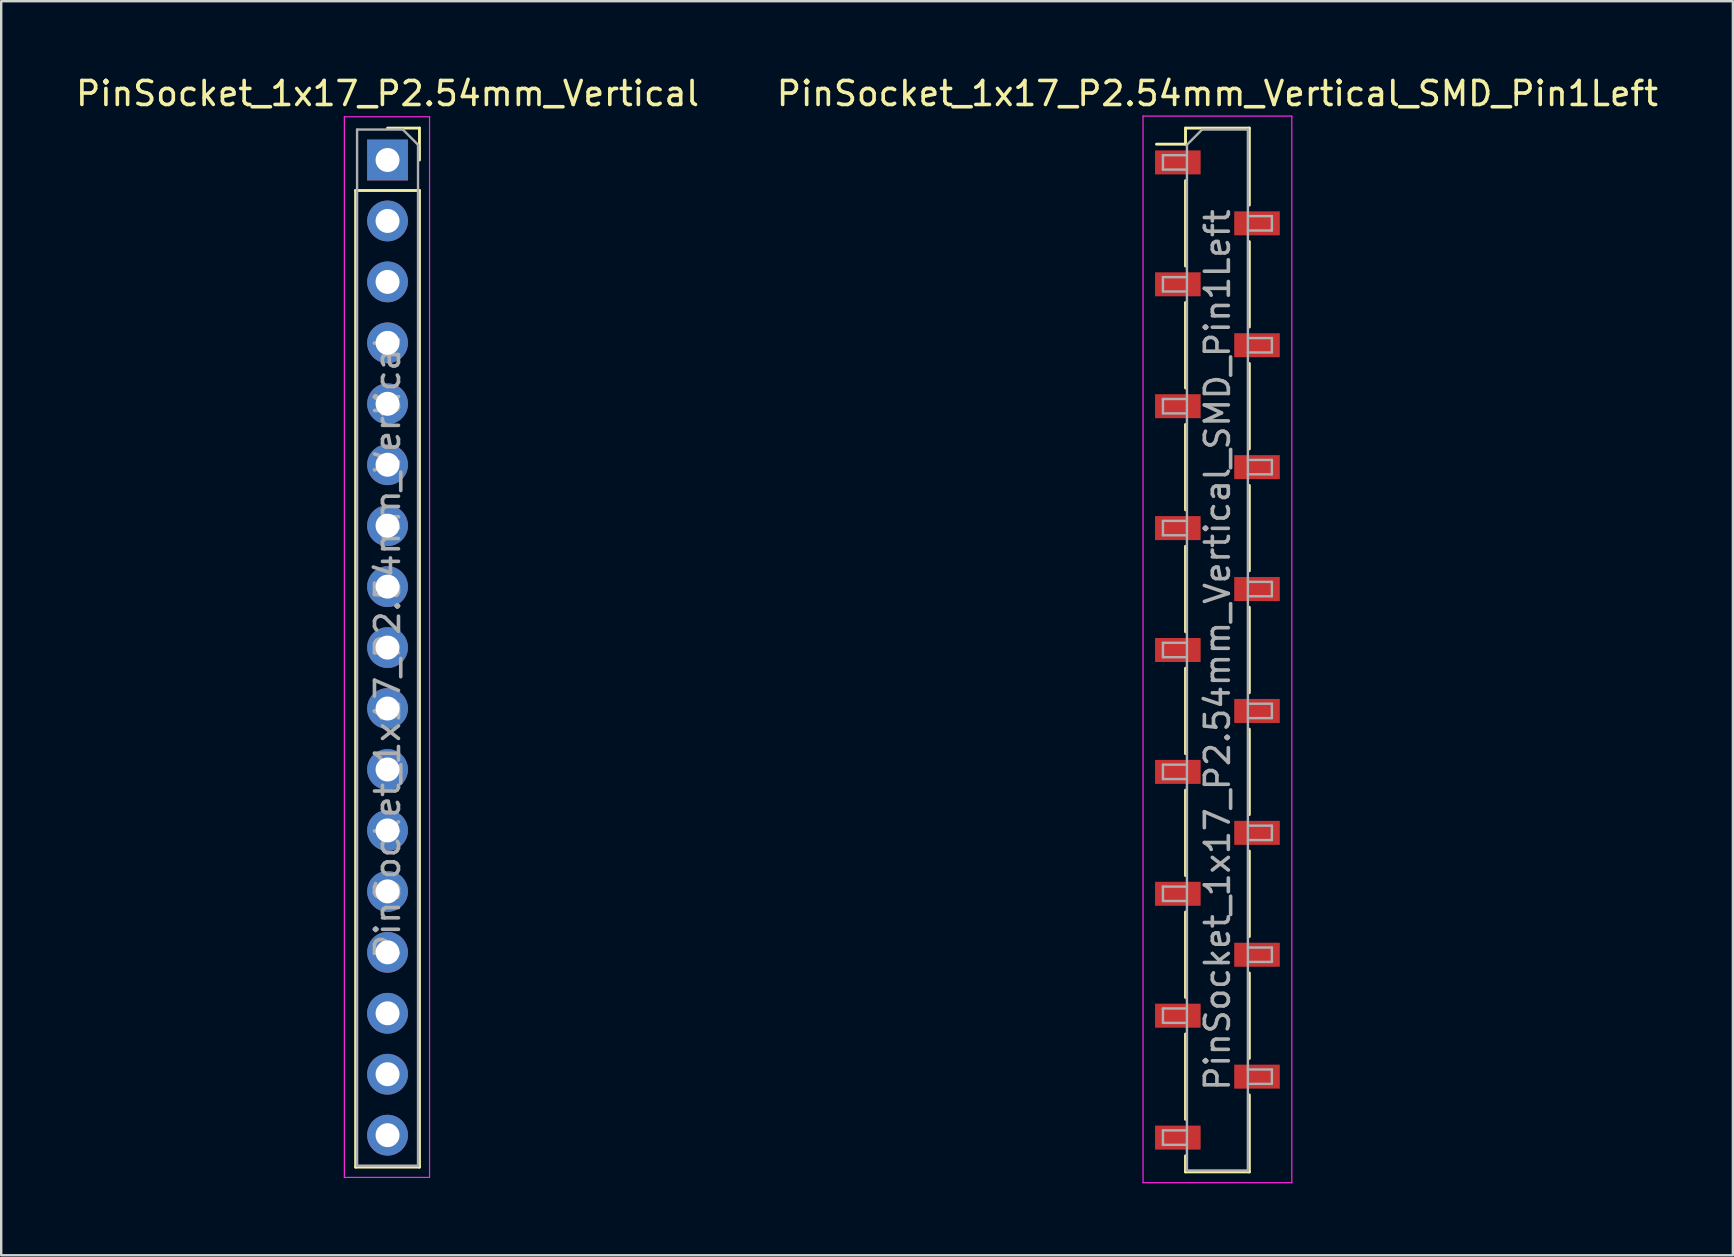
<source format=kicad_pcb>
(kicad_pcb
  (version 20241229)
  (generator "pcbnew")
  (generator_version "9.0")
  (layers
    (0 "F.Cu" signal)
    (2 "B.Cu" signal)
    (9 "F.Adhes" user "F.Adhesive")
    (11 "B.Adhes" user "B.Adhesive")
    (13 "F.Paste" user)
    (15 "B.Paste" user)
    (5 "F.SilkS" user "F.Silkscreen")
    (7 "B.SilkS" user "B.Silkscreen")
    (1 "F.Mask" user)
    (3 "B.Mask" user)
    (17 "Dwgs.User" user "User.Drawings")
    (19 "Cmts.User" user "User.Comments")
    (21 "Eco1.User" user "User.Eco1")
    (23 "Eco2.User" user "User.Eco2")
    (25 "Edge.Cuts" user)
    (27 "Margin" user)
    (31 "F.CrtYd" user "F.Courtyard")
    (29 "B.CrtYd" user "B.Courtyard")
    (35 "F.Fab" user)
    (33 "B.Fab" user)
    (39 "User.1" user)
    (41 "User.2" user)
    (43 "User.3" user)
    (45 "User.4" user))
  (footprint "PinSocket_1x17_P2.54mm_Vertical_SMD_Pin1Left"
    (layer "F.Cu")
    (at 47.685 24.038)
    (property "Reference" "PinSocket_1x17_P2.54mm_Vertical_SMD_Pin1Left" (at 0 -23.19 0) (layer "F.SilkS") (effects (font (size 1 1) (thickness 0.15))))
    (attr smd)
    (fp_line (start -2.54 -21.08) (end -1.33 -21.08) (stroke (width 0.12) (type solid)) (layer "F.SilkS"))
    (fp_line (start -1.33 -21.75) (end -1.33 -21.08) (stroke (width 0.12) (type solid)) (layer "F.SilkS"))
    (fp_line (start -1.33 -21.75) (end 1.33 -21.75) (stroke (width 0.12) (type solid)) (layer "F.SilkS"))
    (fp_line (start -1.33 -19.56) (end -1.33 -16) (stroke (width 0.12) (type solid)) (layer "F.SilkS"))
    (fp_line (start -1.33 -14.48) (end -1.33 -10.92) (stroke (width 0.12) (type solid)) (layer "F.SilkS"))
    (fp_line (start -1.33 -9.4) (end -1.33 -5.84) (stroke (width 0.12) (type solid)) (layer "F.SilkS"))
    (fp_line (start -1.33 -4.32) (end -1.33 -0.76) (stroke (width 0.12) (type solid)) (layer "F.SilkS"))
    (fp_line (start -1.33 0.76) (end -1.33 4.32) (stroke (width 0.12) (type solid)) (layer "F.SilkS"))
    (fp_line (start -1.33 5.84) (end -1.33 9.4) (stroke (width 0.12) (type solid)) (layer "F.SilkS"))
    (fp_line (start -1.33 10.92) (end -1.33 14.48) (stroke (width 0.12) (type solid)) (layer "F.SilkS"))
    (fp_line (start -1.33 16) (end -1.33 19.56) (stroke (width 0.12) (type solid)) (layer "F.SilkS"))
    (fp_line (start -1.33 21.08) (end -1.33 21.75) (stroke (width 0.12) (type solid)) (layer "F.SilkS"))
    (fp_line (start -1.33 21.75) (end 1.33 21.75) (stroke (width 0.12) (type solid)) (layer "F.SilkS"))
    (fp_line (start 1.33 -21.75) (end 1.33 -18.54) (stroke (width 0.12) (type solid)) (layer "F.SilkS"))
    (fp_line (start 1.33 -17.02) (end 1.33 -13.46) (stroke (width 0.12) (type solid)) (layer "F.SilkS"))
    (fp_line (start 1.33 -11.94) (end 1.33 -8.38) (stroke (width 0.12) (type solid)) (layer "F.SilkS"))
    (fp_line (start 1.33 -6.86) (end 1.33 -3.3) (stroke (width 0.12) (type solid)) (layer "F.SilkS"))
    (fp_line (start 1.33 -1.78) (end 1.33 1.78) (stroke (width 0.12) (type solid)) (layer "F.SilkS"))
    (fp_line (start 1.33 3.3) (end 1.33 6.86) (stroke (width 0.12) (type solid)) (layer "F.SilkS"))
    (fp_line (start 1.33 8.38) (end 1.33 11.94) (stroke (width 0.12) (type solid)) (layer "F.SilkS"))
    (fp_line (start 1.33 13.46) (end 1.33 17.02) (stroke (width 0.12) (type solid)) (layer "F.SilkS"))
    (fp_line (start 1.33 18.54) (end 1.33 21.75) (stroke (width 0.12) (type solid)) (layer "F.SilkS"))
    (fp_line (start -3.1 -22.25) (end 3.1 -22.25) (stroke (width 0.05) (type solid)) (layer "F.CrtYd"))
    (fp_line (start -3.1 22.2) (end -3.1 -22.25) (stroke (width 0.05) (type solid)) (layer "F.CrtYd"))
    (fp_line (start 3.1 -22.25) (end 3.1 22.2) (stroke (width 0.05) (type solid)) (layer "F.CrtYd"))
    (fp_line (start 3.1 22.2) (end -3.1 22.2) (stroke (width 0.05) (type solid)) (layer "F.CrtYd"))
    (fp_line (start -2.27 -20.62) (end -1.27 -20.62) (stroke (width 0.1) (type solid)) (layer "F.Fab"))
    (fp_line (start -2.27 -20.02) (end -2.27 -20.62) (stroke (width 0.1) (type solid)) (layer "F.Fab"))
    (fp_line (start -2.27 -15.54) (end -1.27 -15.54) (stroke (width 0.1) (type solid)) (layer "F.Fab"))
    (fp_line (start -2.27 -14.94) (end -2.27 -15.54) (stroke (width 0.1) (type solid)) (layer "F.Fab"))
    (fp_line (start -2.27 -10.46) (end -1.27 -10.46) (stroke (width 0.1) (type solid)) (layer "F.Fab"))
    (fp_line (start -2.27 -9.86) (end -2.27 -10.46) (stroke (width 0.1) (type solid)) (layer "F.Fab"))
    (fp_line (start -2.27 -5.38) (end -1.27 -5.38) (stroke (width 0.1) (type solid)) (layer "F.Fab"))
    (fp_line (start -2.27 -4.78) (end -2.27 -5.38) (stroke (width 0.1) (type solid)) (layer "F.Fab"))
    (fp_line (start -2.27 -0.3) (end -1.27 -0.3) (stroke (width 0.1) (type solid)) (layer "F.Fab"))
    (fp_line (start -2.27 0.3) (end -2.27 -0.3) (stroke (width 0.1) (type solid)) (layer "F.Fab"))
    (fp_line (start -2.27 4.78) (end -1.27 4.78) (stroke (width 0.1) (type solid)) (layer "F.Fab"))
    (fp_line (start -2.27 5.38) (end -2.27 4.78) (stroke (width 0.1) (type solid)) (layer "F.Fab"))
    (fp_line (start -2.27 9.86) (end -1.27 9.86) (stroke (width 0.1) (type solid)) (layer "F.Fab"))
    (fp_line (start -2.27 10.46) (end -2.27 9.86) (stroke (width 0.1) (type solid)) (layer "F.Fab"))
    (fp_line (start -2.27 14.94) (end -1.27 14.94) (stroke (width 0.1) (type solid)) (layer "F.Fab"))
    (fp_line (start -2.27 15.54) (end -2.27 14.94) (stroke (width 0.1) (type solid)) (layer "F.Fab"))
    (fp_line (start -2.27 20.02) (end -1.27 20.02) (stroke (width 0.1) (type solid)) (layer "F.Fab"))
    (fp_line (start -2.27 20.62) (end -2.27 20.02) (stroke (width 0.1) (type solid)) (layer "F.Fab"))
    (fp_line (start -1.27 -21.055) (end -0.635 -21.69) (stroke (width 0.1) (type solid)) (layer "F.Fab"))
    (fp_line (start -1.27 -20.02) (end -2.27 -20.02) (stroke (width 0.1) (type solid)) (layer "F.Fab"))
    (fp_line (start -1.27 -14.94) (end -2.27 -14.94) (stroke (width 0.1) (type solid)) (layer "F.Fab"))
    (fp_line (start -1.27 -9.86) (end -2.27 -9.86) (stroke (width 0.1) (type solid)) (layer "F.Fab"))
    (fp_line (start -1.27 -4.78) (end -2.27 -4.78) (stroke (width 0.1) (type solid)) (layer "F.Fab"))
    (fp_line (start -1.27 0.3) (end -2.27 0.3) (stroke (width 0.1) (type solid)) (layer "F.Fab"))
    (fp_line (start -1.27 5.38) (end -2.27 5.38) (stroke (width 0.1) (type solid)) (layer "F.Fab"))
    (fp_line (start -1.27 10.46) (end -2.27 10.46) (stroke (width 0.1) (type solid)) (layer "F.Fab"))
    (fp_line (start -1.27 15.54) (end -2.27 15.54) (stroke (width 0.1) (type solid)) (layer "F.Fab"))
    (fp_line (start -1.27 20.62) (end -2.27 20.62) (stroke (width 0.1) (type solid)) (layer "F.Fab"))
    (fp_line (start -1.27 21.69) (end -1.27 -21.055) (stroke (width 0.1) (type solid)) (layer "F.Fab"))
    (fp_line (start -0.635 -21.69) (end 1.27 -21.69) (stroke (width 0.1) (type solid)) (layer "F.Fab"))
    (fp_line (start 1.27 -21.69) (end 1.27 21.69) (stroke (width 0.1) (type solid)) (layer "F.Fab"))
    (fp_line (start 1.27 -18.08) (end 2.27 -18.08) (stroke (width 0.1) (type solid)) (layer "F.Fab"))
    (fp_line (start 1.27 -13) (end 2.27 -13) (stroke (width 0.1) (type solid)) (layer "F.Fab"))
    (fp_line (start 1.27 -7.92) (end 2.27 -7.92) (stroke (width 0.1) (type solid)) (layer "F.Fab"))
    (fp_line (start 1.27 -2.84) (end 2.27 -2.84) (stroke (width 0.1) (type solid)) (layer "F.Fab"))
    (fp_line (start 1.27 2.24) (end 2.27 2.24) (stroke (width 0.1) (type solid)) (layer "F.Fab"))
    (fp_line (start 1.27 7.32) (end 2.27 7.32) (stroke (width 0.1) (type solid)) (layer "F.Fab"))
    (fp_line (start 1.27 12.4) (end 2.27 12.4) (stroke (width 0.1) (type solid)) (layer "F.Fab"))
    (fp_line (start 1.27 17.48) (end 2.27 17.48) (stroke (width 0.1) (type solid)) (layer "F.Fab"))
    (fp_line (start 1.27 21.69) (end -1.27 21.69) (stroke (width 0.1) (type solid)) (layer "F.Fab"))
    (fp_line (start 2.27 -18.08) (end 2.27 -17.48) (stroke (width 0.1) (type solid)) (layer "F.Fab"))
    (fp_line (start 2.27 -17.48) (end 1.27 -17.48) (stroke (width 0.1) (type solid)) (layer "F.Fab"))
    (fp_line (start 2.27 -13) (end 2.27 -12.4) (stroke (width 0.1) (type solid)) (layer "F.Fab"))
    (fp_line (start 2.27 -12.4) (end 1.27 -12.4) (stroke (width 0.1) (type solid)) (layer "F.Fab"))
    (fp_line (start 2.27 -7.92) (end 2.27 -7.32) (stroke (width 0.1) (type solid)) (layer "F.Fab"))
    (fp_line (start 2.27 -7.32) (end 1.27 -7.32) (stroke (width 0.1) (type solid)) (layer "F.Fab"))
    (fp_line (start 2.27 -2.84) (end 2.27 -2.24) (stroke (width 0.1) (type solid)) (layer "F.Fab"))
    (fp_line (start 2.27 -2.24) (end 1.27 -2.24) (stroke (width 0.1) (type solid)) (layer "F.Fab"))
    (fp_line (start 2.27 2.24) (end 2.27 2.84) (stroke (width 0.1) (type solid)) (layer "F.Fab"))
    (fp_line (start 2.27 2.84) (end 1.27 2.84) (stroke (width 0.1) (type solid)) (layer "F.Fab"))
    (fp_line (start 2.27 7.32) (end 2.27 7.92) (stroke (width 0.1) (type solid)) (layer "F.Fab"))
    (fp_line (start 2.27 7.92) (end 1.27 7.92) (stroke (width 0.1) (type solid)) (layer "F.Fab"))
    (fp_line (start 2.27 12.4) (end 2.27 13) (stroke (width 0.1) (type solid)) (layer "F.Fab"))
    (fp_line (start 2.27 13) (end 1.27 13) (stroke (width 0.1) (type solid)) (layer "F.Fab"))
    (fp_line (start 2.27 17.48) (end 2.27 18.08) (stroke (width 0.1) (type solid)) (layer "F.Fab"))
    (fp_line (start 2.27 18.08) (end 1.27 18.08) (stroke (width 0.1) (type solid)) (layer "F.Fab"))
    (fp_text user "${REFERENCE}" (at 0 0 90) (layer "F.Fab") (effects (font (size 1 1) (thickness 0.15))))
    (pad "1" smd rect (at -1.65 -20.32) (size 1.9 1) (layers "F.Cu" "F.Mask" "F.Paste"))
    (pad "2" smd rect (at 1.65 -17.78) (size 1.9 1) (layers "F.Cu" "F.Mask" "F.Paste"))
    (pad "3" smd rect (at -1.65 -15.24) (size 1.9 1) (layers "F.Cu" "F.Mask" "F.Paste"))
    (pad "4" smd rect (at 1.65 -12.7) (size 1.9 1) (layers "F.Cu" "F.Mask" "F.Paste"))
    (pad "5" smd rect (at -1.65 -10.16) (size 1.9 1) (layers "F.Cu" "F.Mask" "F.Paste"))
    (pad "6" smd rect (at 1.65 -7.62) (size 1.9 1) (layers "F.Cu" "F.Mask" "F.Paste"))
    (pad "7" smd rect (at -1.65 -5.08) (size 1.9 1) (layers "F.Cu" "F.Mask" "F.Paste"))
    (pad "8" smd rect (at 1.65 -2.54) (size 1.9 1) (layers "F.Cu" "F.Mask" "F.Paste"))
    (pad "9" smd rect (at -1.65 0) (size 1.9 1) (layers "F.Cu" "F.Mask" "F.Paste"))
    (pad "10" smd rect (at 1.65 2.54) (size 1.9 1) (layers "F.Cu" "F.Mask" "F.Paste"))
    (pad "11" smd rect (at -1.65 5.08) (size 1.9 1) (layers "F.Cu" "F.Mask" "F.Paste"))
    (pad "12" smd rect (at 1.65 7.62) (size 1.9 1) (layers "F.Cu" "F.Mask" "F.Paste"))
    (pad "13" smd rect (at -1.65 10.16) (size 1.9 1) (layers "F.Cu" "F.Mask" "F.Paste"))
    (pad "14" smd rect (at 1.65 12.7) (size 1.9 1) (layers "F.Cu" "F.Mask" "F.Paste"))
    (pad "15" smd rect (at -1.65 15.24) (size 1.9 1) (layers "F.Cu" "F.Mask" "F.Paste"))
    (pad "16" smd rect (at 1.65 17.78) (size 1.9 1) (layers "F.Cu" "F.Mask" "F.Paste"))
    (pad "17" smd rect (at -1.65 20.32) (size 1.9 1) (layers "F.Cu" "F.Mask" "F.Paste")))
  (footprint "PinSocket_1x17_P2.54mm_Vertical"
    (layer "F.Cu")
    (at 13.101 3.618)
    (property "Reference" "PinSocket_1x17_P2.54mm_Vertical" (at 0 -2.77 0) (layer "F.SilkS") (effects (font (size 1 1) (thickness 0.15))))
    (attr through_hole)
    (fp_line (start -1.33 1.27) (end -1.33 41.97) (stroke (width 0.12) (type solid)) (layer "F.SilkS"))
    (fp_line (start -1.33 1.27) (end 1.33 1.27) (stroke (width 0.12) (type solid)) (layer "F.SilkS"))
    (fp_line (start -1.33 41.97) (end 1.33 41.97) (stroke (width 0.12) (type solid)) (layer "F.SilkS"))
    (fp_line (start 0 -1.33) (end 1.33 -1.33) (stroke (width 0.12) (type solid)) (layer "F.SilkS"))
    (fp_line (start 1.33 -1.33) (end 1.33 0) (stroke (width 0.12) (type solid)) (layer "F.SilkS"))
    (fp_line (start 1.33 1.27) (end 1.33 41.97) (stroke (width 0.12) (type solid)) (layer "F.SilkS"))
    (fp_line (start -1.8 -1.8) (end 1.75 -1.8) (stroke (width 0.05) (type solid)) (layer "F.CrtYd"))
    (fp_line (start -1.8 42.4) (end -1.8 -1.8) (stroke (width 0.05) (type solid)) (layer "F.CrtYd"))
    (fp_line (start 1.75 -1.8) (end 1.75 42.4) (stroke (width 0.05) (type solid)) (layer "F.CrtYd"))
    (fp_line (start 1.75 42.4) (end -1.8 42.4) (stroke (width 0.05) (type solid)) (layer "F.CrtYd"))
    (fp_line (start -1.27 -1.27) (end 0.635 -1.27) (stroke (width 0.1) (type solid)) (layer "F.Fab"))
    (fp_line (start -1.27 41.91) (end -1.27 -1.27) (stroke (width 0.1) (type solid)) (layer "F.Fab"))
    (fp_line (start 0.635 -1.27) (end 1.27 -0.635) (stroke (width 0.1) (type solid)) (layer "F.Fab"))
    (fp_line (start 1.27 -0.635) (end 1.27 41.91) (stroke (width 0.1) (type solid)) (layer "F.Fab"))
    (fp_line (start 1.27 41.91) (end -1.27 41.91) (stroke (width 0.1) (type solid)) (layer "F.Fab"))
    (fp_text user "${REFERENCE}" (at 0 20.32 90) (layer "F.Fab") (effects (font (size 1 1) (thickness 0.15))))
    (pad "1" thru_hole rect (at 0 0) (size 1.7 1.7) (drill 1) (layers "*.Cu" "*.Mask"))
    (pad "2" thru_hole oval (at 0 2.54) (size 1.7 1.7) (drill 1) (layers "*.Cu" "*.Mask"))
    (pad "3" thru_hole oval (at 0 5.08) (size 1.7 1.7) (drill 1) (layers "*.Cu" "*.Mask"))
    (pad "4" thru_hole oval (at 0 7.62) (size 1.7 1.7) (drill 1) (layers "*.Cu" "*.Mask"))
    (pad "5" thru_hole oval (at 0 10.16) (size 1.7 1.7) (drill 1) (layers "*.Cu" "*.Mask"))
    (pad "6" thru_hole oval (at 0 12.7) (size 1.7 1.7) (drill 1) (layers "*.Cu" "*.Mask"))
    (pad "7" thru_hole oval (at 0 15.24) (size 1.7 1.7) (drill 1) (layers "*.Cu" "*.Mask"))
    (pad "8" thru_hole oval (at 0 17.78) (size 1.7 1.7) (drill 1) (layers "*.Cu" "*.Mask"))
    (pad "9" thru_hole oval (at 0 20.32) (size 1.7 1.7) (drill 1) (layers "*.Cu" "*.Mask"))
    (pad "10" thru_hole oval (at 0 22.86) (size 1.7 1.7) (drill 1) (layers "*.Cu" "*.Mask"))
    (pad "11" thru_hole oval (at 0 25.4) (size 1.7 1.7) (drill 1) (layers "*.Cu" "*.Mask"))
    (pad "12" thru_hole oval (at 0 27.94) (size 1.7 1.7) (drill 1) (layers "*.Cu" "*.Mask"))
    (pad "13" thru_hole oval (at 0 30.48) (size 1.7 1.7) (drill 1) (layers "*.Cu" "*.Mask"))
    (pad "14" thru_hole oval (at 0 33.02) (size 1.7 1.7) (drill 1) (layers "*.Cu" "*.Mask"))
    (pad "15" thru_hole oval (at 0 35.56) (size 1.7 1.7) (drill 1) (layers "*.Cu" "*.Mask"))
    (pad "16" thru_hole oval (at 0 38.1) (size 1.7 1.7) (drill 1) (layers "*.Cu" "*.Mask"))
    (pad "17" thru_hole oval (at 0 40.64) (size 1.7 1.7) (drill 1) (layers "*.Cu" "*.Mask")))
  (gr_rect
    (start -3 -3)
    (end 69.167 49.263)
    (stroke (width 0.1) (type default))
    (fill no)
    (layer "Edge.Cuts")))
</source>
